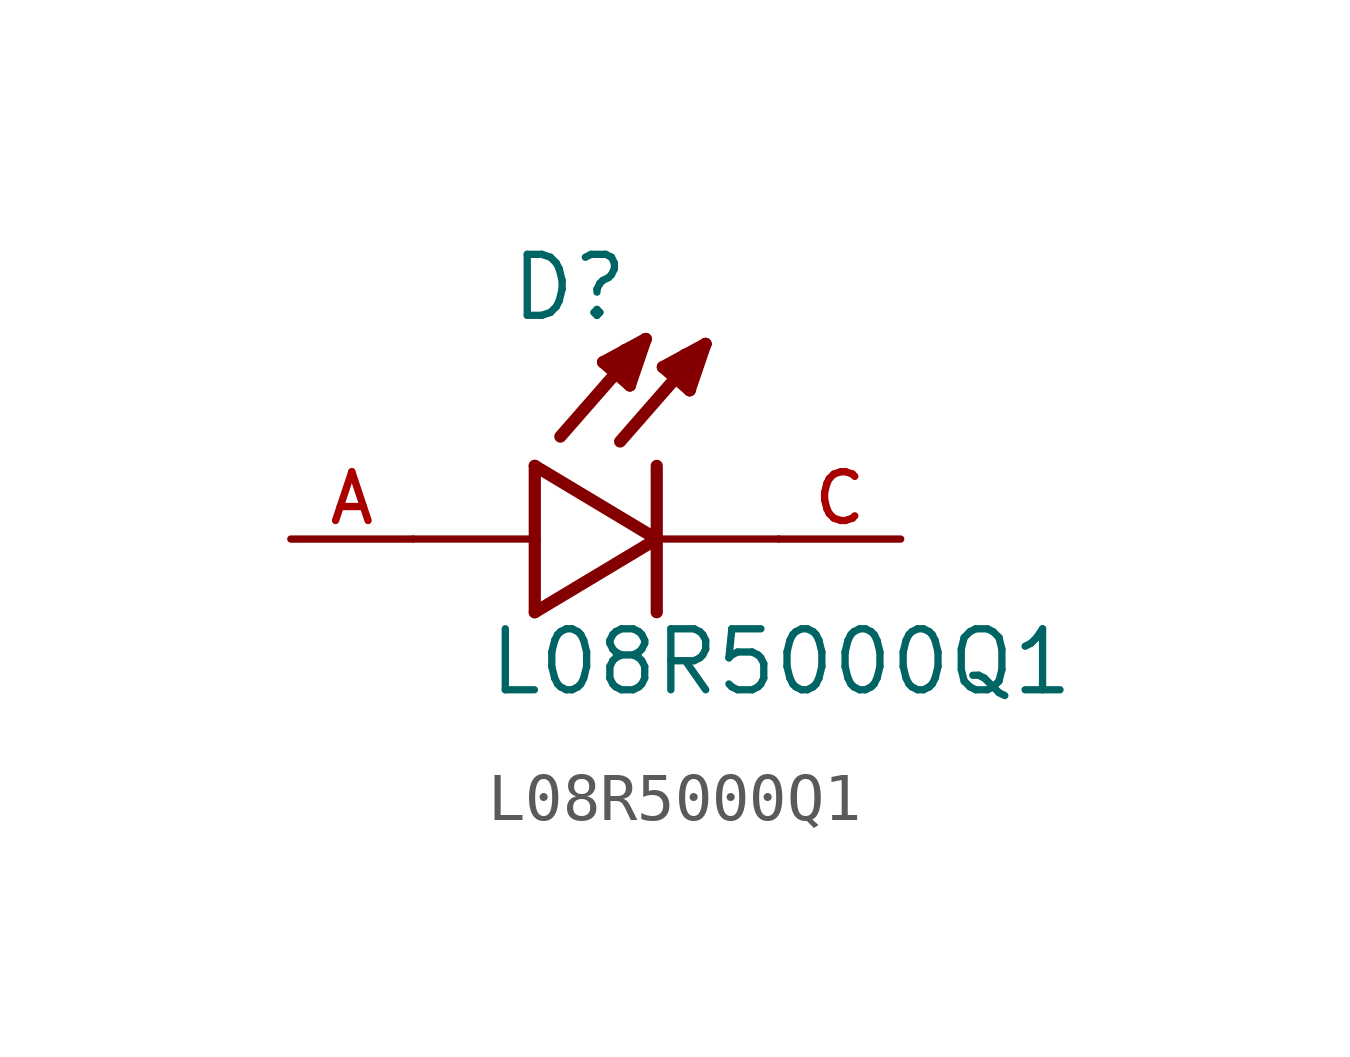
<source format=kicad_sym>
(kicad_symbol_lib
  (version 20211014)
  (generator kicad_symbol_editor)
  (symbol "L08R5000Q1"
    (pin_names
      (offset 1.016))
    (property "Reference" "D"
      (at -3.099 4.496 0)
      (effects (font (size 1.27 1.27)) (justify bottom left)))
    (property "Value" "L08R5000Q1"
      (at -3.556 -3.302 0)
      (effects (font (size 1.27 1.27)) (justify bottom left)))
    (symbol "L08R5000Q1_0_0"
      (polyline (pts (xy -2.54 1.524) (xy -2.54 0.0)) (stroke (width 0.254)))
      (polyline (pts (xy -2.54 0.0) (xy -2.54 -1.524)) (stroke (width 0.254)))
      (polyline (pts (xy -2.54 -1.524) (xy 0.0 0.0)) (stroke (width 0.254)))
      (polyline (pts (xy 0.0 0.0) (xy -2.54 1.524)) (stroke (width 0.254)))
      (polyline (pts (xy 0.0 1.524) (xy 0.0 0.0)) (stroke (width 0.254)))
      (polyline (pts (xy 0.0 0.0) (xy 0.0 -1.524)) (stroke (width 0.254)))
      (polyline (pts (xy -2.54 0.0) (xy -5.08 0.0)) (stroke (width 0.152)))
      (polyline (pts (xy 1.016 4.064) (xy -0.762 2.032)) (stroke (width 0.254)))
      (polyline (pts (xy 0.686 3.099) (xy 0.127 3.581)) (stroke (width 0.254)))
      (polyline (pts (xy 0.127 3.581) (xy 1.016 4.064)) (stroke (width 0.254)))
      (polyline (pts (xy 1.016 4.064) (xy 0.686 3.099)) (stroke (width 0.254)))
      (polyline (pts (xy 0.686 3.099) (xy 0.711 3.835)) (stroke (width 0.254)))
      (polyline (pts (xy 0.711 3.835) (xy 0.584 3.835)) (stroke (width 0.254)))
      (polyline (pts (xy 0.305 3.505) (xy 0.533 3.658)) (stroke (width 0.254)))
      (polyline (pts (xy -0.229 4.166) (xy -2.007 2.134)) (stroke (width 0.254)))
      (polyline (pts (xy -0.559 3.2) (xy -1.118 3.683)) (stroke (width 0.254)))
      (polyline (pts (xy -1.118 3.683) (xy -0.229 4.166)) (stroke (width 0.254)))
      (polyline (pts (xy -0.229 4.166) (xy -0.559 3.2)) (stroke (width 0.254)))
      (polyline (pts (xy -0.559 3.2) (xy -0.533 3.937)) (stroke (width 0.254)))
      (polyline (pts (xy -0.533 3.937) (xy -0.66 3.937)) (stroke (width 0.254)))
      (polyline (pts (xy -0.94 3.607) (xy -0.711 3.759)) (stroke (width 0.254)))
      (polyline (pts (xy 2.54 0.0) (xy 0.0 0.0)) (stroke (width 0.152)))
      (pin passive line (at 5.08 0.0 180.0) (length 2.54) (name "~" (effects (font (size 1.016 1.016)))) (number "C" (effects (font (size 1.016 1.016)))))
      (pin passive line (at -7.62 0.0 0) (length 2.54) (name "~" (effects (font (size 1.016 1.016)))) (number "A" (effects (font (size 1.016 1.016))))))))
</source>
